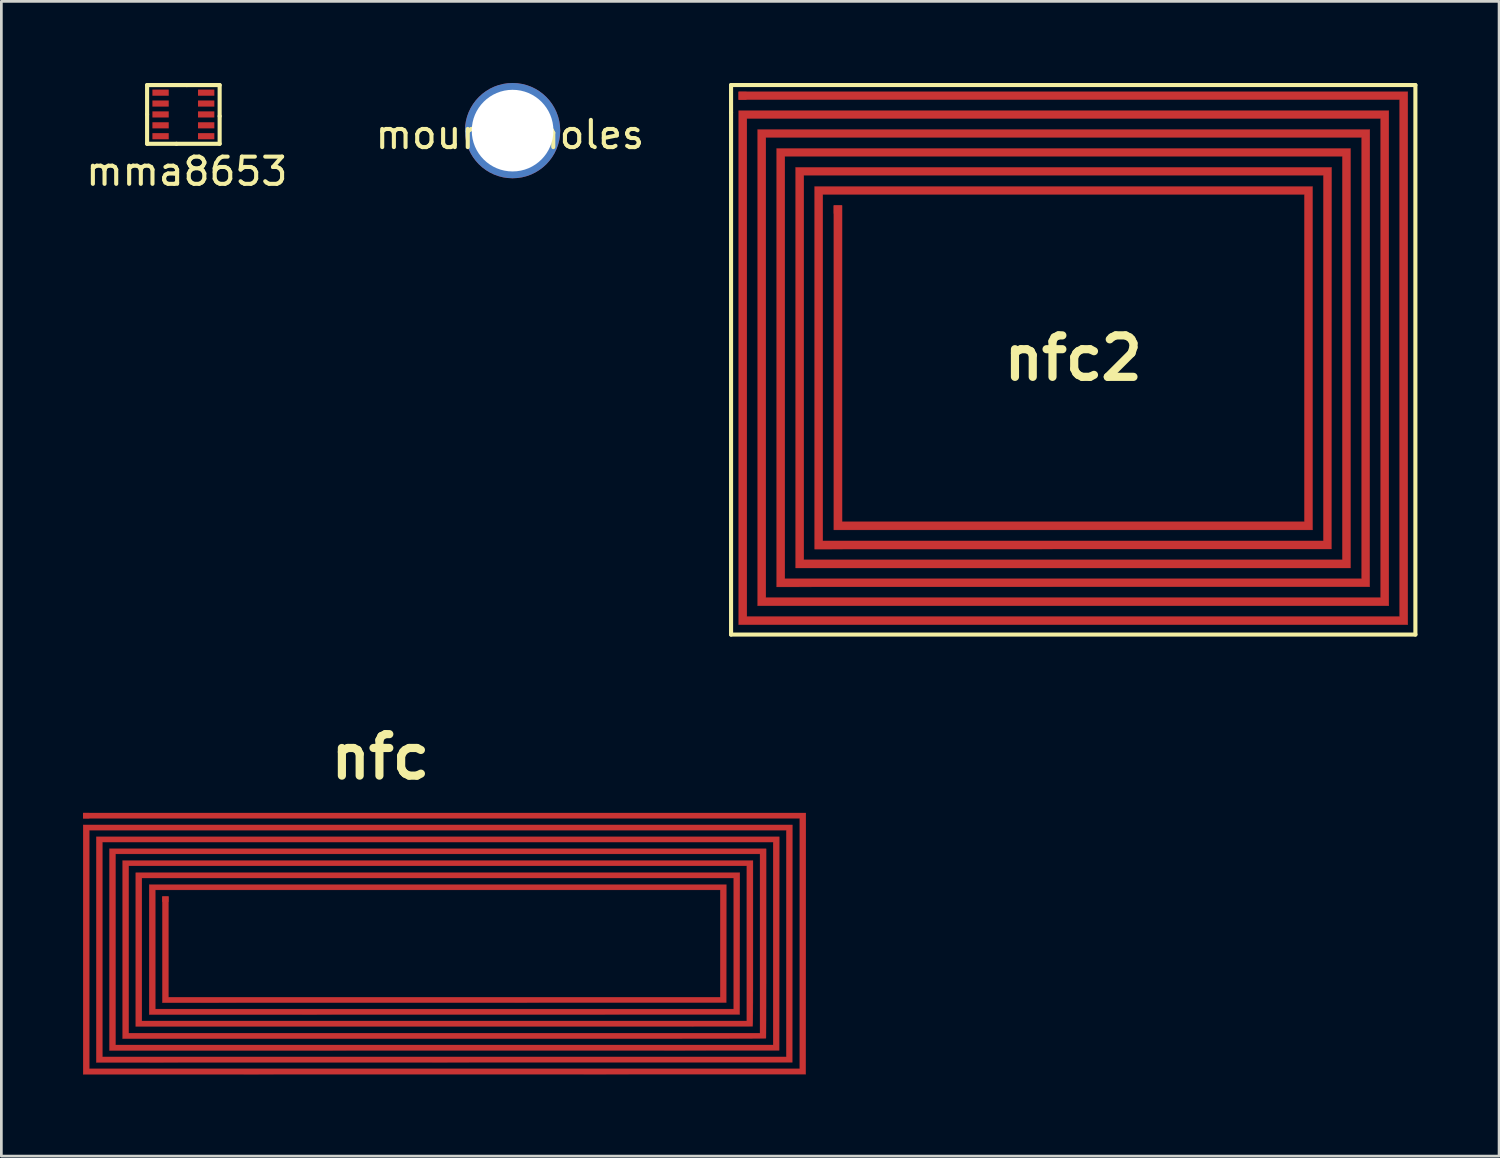
<source format=kicad_pcb>
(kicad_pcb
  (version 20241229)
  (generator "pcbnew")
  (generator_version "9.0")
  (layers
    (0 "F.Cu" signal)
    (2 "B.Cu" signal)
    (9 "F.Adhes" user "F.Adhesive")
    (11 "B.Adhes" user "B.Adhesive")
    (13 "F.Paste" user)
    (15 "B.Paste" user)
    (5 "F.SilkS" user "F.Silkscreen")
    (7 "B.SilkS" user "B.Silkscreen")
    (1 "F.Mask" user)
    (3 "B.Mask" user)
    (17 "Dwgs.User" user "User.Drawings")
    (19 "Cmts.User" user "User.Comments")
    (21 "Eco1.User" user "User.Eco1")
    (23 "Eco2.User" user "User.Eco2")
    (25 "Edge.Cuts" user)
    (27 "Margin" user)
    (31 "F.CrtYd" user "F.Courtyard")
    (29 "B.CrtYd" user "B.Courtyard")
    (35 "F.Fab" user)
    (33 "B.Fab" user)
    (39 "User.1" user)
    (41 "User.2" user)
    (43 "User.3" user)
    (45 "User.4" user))
  (footprint "nfc"
    (layer "F.Cu")
    (at 13.278 31.621)
    (property "Reference" "nfc" (at -2.35 -6.86 180) (layer "F.SilkS") (effects (font (size 1.524 1.524) (thickness 0.3))))
    (attr through_hole)
    (fp_poly (pts (xy 13.282 0.003) (xy 13.279 4.801) (xy 0.003 4.803) (xy -13.273 4.806) (xy -13.273 -4.359) (xy 12.79 -4.359) (xy 12.784 4.364) (xy -0.003 4.366) (xy -12.79 4.369) (xy -12.79 -3.922) (xy 12.307 -3.922) (xy 12.301 3.927) (xy -0.003 3.929) (xy -12.307 3.932) (xy -12.307 -3.485) (xy 11.823 -3.485) (xy 11.823 -0.011) (xy 11.823 0.254) (xy 11.823 0.513) (xy 11.823 0.767) (xy 11.823 1.013) (xy 11.823 1.253) (xy 11.823 1.484) (xy 11.822 1.707) (xy 11.822 1.92) (xy 11.822 2.122) (xy 11.822 2.314) (xy 11.821 2.493) (xy 11.821 2.66) (xy 11.821 2.814) (xy 11.82 2.954) (xy 11.82 3.079) (xy 11.819 3.188) (xy 11.819 3.281) (xy 11.818 3.357) (xy 11.818 3.416) (xy 11.817 3.455) (xy 11.817 3.476) (xy 11.817 3.479) (xy 11.815 3.48) (xy 11.81 3.481) (xy 11.803 3.481) (xy 11.792 3.482) (xy 11.776 3.483) (xy 11.757 3.484) (xy 11.732 3.484) (xy 11.703 3.485) (xy 11.667 3.486) (xy 11.626 3.486) (xy 11.579 3.487) (xy 11.524 3.487) (xy 11.463 3.488) (xy 11.394 3.488) (xy 11.317 3.489) (xy 11.232 3.489) (xy 11.138 3.49) (xy 11.035 3.49) (xy 10.922 3.49) (xy 10.8 3.491) (xy 10.667 3.491) (xy 10.523 3.491) (xy 10.369 3.492) (xy 10.203 3.492) (xy 10.025 3.492) (xy 9.835 3.493) (xy 9.632 3.493) (xy 9.416 3.493) (xy 9.187 3.493) (xy 8.943 3.493) (xy 8.686 3.494) (xy 8.414 3.494) (xy 8.127 3.494) (xy 7.824 3.494) (xy 7.506 3.494) (xy 7.171 3.494) (xy 6.82 3.494) (xy 6.452 3.495) (xy 6.067 3.495) (xy 5.663 3.495) (xy 5.242 3.495) (xy 4.802 3.495) (xy 4.343 3.495) (xy 3.864 3.495) (xy 3.366 3.495) (xy 2.848 3.495) (xy 2.309 3.495) (xy 1.749 3.495) (xy 1.168 3.495) (xy 0.565 3.495) (xy -0.007 3.495) (xy -11.823 3.495) (xy -11.823 -3.048) (xy 11.34 -3.048) (xy 11.34 -0.006) (xy 11.34 0.29) (xy 11.34 0.566) (xy 11.34 0.824) (xy 11.34 1.063) (xy 11.34 1.284) (xy 11.34 1.489) (xy 11.34 1.677) (xy 11.339 1.849) (xy 11.339 2.007) (xy 11.339 2.15) (xy 11.338 2.279) (xy 11.338 2.396) (xy 11.338 2.5) (xy 11.337 2.593) (xy 11.336 2.675) (xy 11.336 2.746) (xy 11.335 2.808) (xy 11.334 2.86) (xy 11.333 2.905) (xy 11.332 2.942) (xy 11.331 2.971) (xy 11.33 2.995) (xy 11.329 3.013) (xy 11.327 3.026) (xy 11.326 3.035) (xy 11.324 3.04) (xy 11.322 3.042) (xy 11.322 3.042) (xy 11.31 3.042) (xy 11.276 3.042) (xy 11.221 3.043) (xy 11.144 3.043) (xy 11.047 3.043) (xy 10.93 3.043) (xy 10.793 3.044) (xy 10.637 3.044) (xy 10.463 3.044) (xy 10.27 3.044) (xy 10.059 3.045) (xy 9.831 3.045) (xy 9.587 3.045) (xy 9.326 3.045) (xy 9.049 3.046) (xy 8.757 3.046) (xy 8.45 3.046) (xy 8.128 3.046) (xy 7.793 3.046) (xy 7.444 3.046) (xy 7.082 3.047) (xy 6.708 3.047) (xy 6.322 3.047) (xy 5.924 3.047) (xy 5.515 3.047) (xy 5.096 3.047) (xy 4.666 3.047) (xy 4.227 3.048) (xy 3.778 3.048) (xy 3.321 3.048) (xy 2.856 3.048) (xy 2.383 3.048) (xy 1.902 3.048) (xy 1.415 3.048) (xy 0.921 3.048) (xy 0.422 3.048) (xy -0.018 3.048) (xy -11.34 3.048) (xy -11.34 -2.601) (xy 10.857 -2.601) (xy 10.851 2.606) (xy -10.846 2.611) (xy -10.846 -2.164) (xy 10.362 -2.164) (xy 10.36 0.003) (xy 10.357 2.169) (xy -0.003 2.172) (xy -10.362 2.174) (xy -10.362 -1.727) (xy -10.138 -1.727) (xy -10.138 1.971) (xy 10.138 1.971) (xy 10.138 -1.971) (xy -10.621 -1.971) (xy -10.621 2.408) (xy 10.632 2.408) (xy 10.632 -2.408) (xy -11.115 -2.408) (xy -11.115 2.845) (xy 11.115 2.845) (xy 11.115 -2.855) (xy -11.599 -2.855) (xy -11.599 3.292) (xy 11.599 3.292) (xy 11.599 -3.292) (xy -12.082 -3.292) (xy -12.082 3.729) (xy 12.082 3.729) (xy 12.082 -3.729) (xy -12.565 -3.729) (xy -12.565 4.166) (xy 12.565 4.166) (xy 12.565 -4.166) (xy -13.048 -4.166) (xy -13.048 4.602) (xy 13.06 4.602) (xy 13.06 -4.602) (xy -13.273 -4.602) (xy -13.273 -4.796) (xy 0.006 -4.796) (xy 13.284 -4.796) (xy 13.282 0.003)) (stroke (width 0.01) (type solid)) (fill yes) (layer "F.Cu"))
    (pad "1" smd rect (at -13.16 -4.7) (size 0.23 0.2) (layers "F.Cu" "F.Mask" "F.Paste"))
    (pad "2" smd rect (at -10.25 -1.63) (size 0.23 0.2) (layers "F.Cu" "F.Mask" "F.Paste")))
  (footprint "mount-holes"
    (layer "F.Cu")
    (at 15.785 1.75)
    (property "Reference" "mount-holes" (at -0.1 0.15 0) (layer "F.SilkS") (effects (font (size 1 1) (thickness 0.15))))
    (attr through_hole)
    (pad "1" thru_hole circle (at 0 0) (size 3.5 3.5) (drill 3) (layers "*.Cu")))
  (footprint "mma8653"
    (layer "F.Cu")
    (at 3.688 1.155)
    (property "Reference" "mma8653" (at 0.127 2.095 0) (layer "F.SilkS") (effects (font (size 1 1) (thickness 0.15))))
    (attr through_hole)
    (fp_line (start -1.333 -1.079) (end 0.127 -1.079) (stroke (width 0.15) (type solid)) (layer "F.SilkS"))
    (fp_line (start -1.333 0) (end -1.333 -1.079) (stroke (width 0.15) (type solid)) (layer "F.SilkS"))
    (fp_line (start -1.333 1.079) (end -1.333 0) (stroke (width 0.15) (type solid)) (layer "F.SilkS"))
    (fp_line (start -0.254 1.079) (end -1.333 1.079) (stroke (width 0.15) (type solid)) (layer "F.SilkS"))
    (fp_line (start 0.127 -1.079) (end 1.333 -1.079) (stroke (width 0.15) (type solid)) (layer "F.SilkS"))
    (fp_line (start 1.333 -1.079) (end 1.333 0.064) (stroke (width 0.15) (type solid)) (layer "F.SilkS"))
    (fp_line (start 1.333 0.064) (end 1.333 1.079) (stroke (width 0.15) (type solid)) (layer "F.SilkS"))
    (fp_line (start 1.333 1.079) (end -0.254 1.079) (stroke (width 0.15) (type solid)) (layer "F.SilkS"))
    (pad "1" smd rect (at -0.838 -0.8) (size 0.6 0.225) (layers "F.Cu" "F.Mask" "F.Paste"))
    (pad "2" smd rect (at -0.838 -0.4) (size 0.6 0.225) (layers "F.Cu" "F.Mask" "F.Paste"))
    (pad "3" smd rect (at -0.838 0) (size 0.6 0.225) (layers "F.Cu" "F.Mask" "F.Paste"))
    (pad "4" smd rect (at -0.838 0.4) (size 0.6 0.225) (layers "F.Cu" "F.Mask" "F.Paste"))
    (pad "5" smd rect (at -0.838 0.8) (size 0.6 0.225) (layers "F.Cu" "F.Mask" "F.Paste"))
    (pad "6" smd rect (at 0.838 0.8) (size 0.6 0.225) (layers "F.Cu" "F.Mask" "F.Paste"))
    (pad "7" smd rect (at 0.838 0.4) (size 0.6 0.225) (layers "F.Cu" "F.Mask" "F.Paste"))
    (pad "8" smd rect (at 0.838 0) (size 0.6 0.225) (layers "F.Cu" "F.Mask" "F.Paste"))
    (pad "9" smd rect (at 0.838 -0.4) (size 0.6 0.225) (layers "F.Cu" "F.Mask" "F.Paste"))
    (pad "10" smd rect (at 0.838 -0.8) (size 0.6 0.225) (layers "F.Cu" "F.Mask" "F.Paste")))
  (footprint "nfc2"
    (layer "F.Cu")
    (at 36.386 10.108)
    (property "Reference" "nfc2" (at 0 0 0) (layer "F.SilkS") (effects (font (size 1.524 1.524) (thickness 0.3))))
    (attr through_hole)
    (fp_poly (pts (xy 12.294 9.797) (xy -12.294 9.797) (xy -12.294 -9.092) (xy 11.597 -9.092) (xy 11.597 9.103) (xy -11.597 9.103) (xy -11.597 -8.398) (xy 10.899 -8.398) (xy 10.894 8.403) (xy -0.003 8.405) (xy -10.899 8.408) (xy -10.899 -7.703) (xy 10.191 -7.703) (xy 10.191 7.713) (xy -10.202 7.713) (xy -10.202 -7.008) (xy 9.494 -7.008) (xy 9.491 0.003) (xy 9.489 7.014) (xy -0.008 7.016) (xy -9.504 7.019) (xy -9.504 -6.303) (xy 8.796 -6.303) (xy 8.796 6.314) (xy -8.796 6.314) (xy -8.796 -5.609) (xy -8.494 -5.609) (xy -8.494 6.013) (xy 8.494 6.013) (xy 8.494 -6.013) (xy -9.202 -6.013) (xy -9.202 6.718) (xy 9.192 6.718) (xy 9.192 -6.718) (xy -9.9 -6.718) (xy -9.9 7.413) (xy 9.889 7.413) (xy 9.889 -7.413) (xy -10.597 -7.413) (xy -10.597 8.107) (xy 10.597 8.107) (xy 10.597 -8.107) (xy -11.295 -8.107) (xy -11.295 8.802) (xy 11.295 8.802) (xy 11.295 -8.802) (xy -11.992 -8.802) (xy -11.992 9.496) (xy 11.992 9.496) (xy 11.992 -9.496) (xy -12.294 -9.496) (xy -12.294 -9.787) (xy 12.294 -9.787) (xy 12.294 9.797)) (stroke (width 0.01) (type solid)) (fill yes) (layer "F.Cu"))
    (fp_line (start -12.573 -10.033) (end -12.573 -9.017) (stroke (width 0.15) (type solid)) (layer "F.SilkS"))
    (fp_line (start -12.573 -10.033) (end 12.573 -10.033) (stroke (width 0.15) (type solid)) (layer "F.SilkS"))
    (fp_line (start -12.573 -9.017) (end -12.573 10.033) (stroke (width 0.15) (type solid)) (layer "F.SilkS"))
    (fp_line (start -12.573 10.16) (end -12.573 10.033) (stroke (width 0.15) (type solid)) (layer "F.SilkS"))
    (fp_line (start -12.573 10.16) (end 12.573 10.16) (stroke (width 0.15) (type solid)) (layer "F.SilkS"))
    (fp_line (start 12.573 10.16) (end 12.573 -10.033) (stroke (width 0.15) (type solid)) (layer "F.SilkS"))
    (pad "1" smd rect (at -8.65 -5.46) (size 0.3 0.3) (layers "F.Cu" "F.Mask" "F.Paste"))
    (pad "2" smd rect (at -12.15 -9.64 90) (size 0.29 0.29) (layers "F.Cu" "F.Mask" "F.Paste")))
  (gr_rect
    (start -3 -3)
    (end 52.034 39.432)
    (stroke (width 0.1) (type default))
    (fill no)
    (layer "Edge.Cuts")))
</source>
